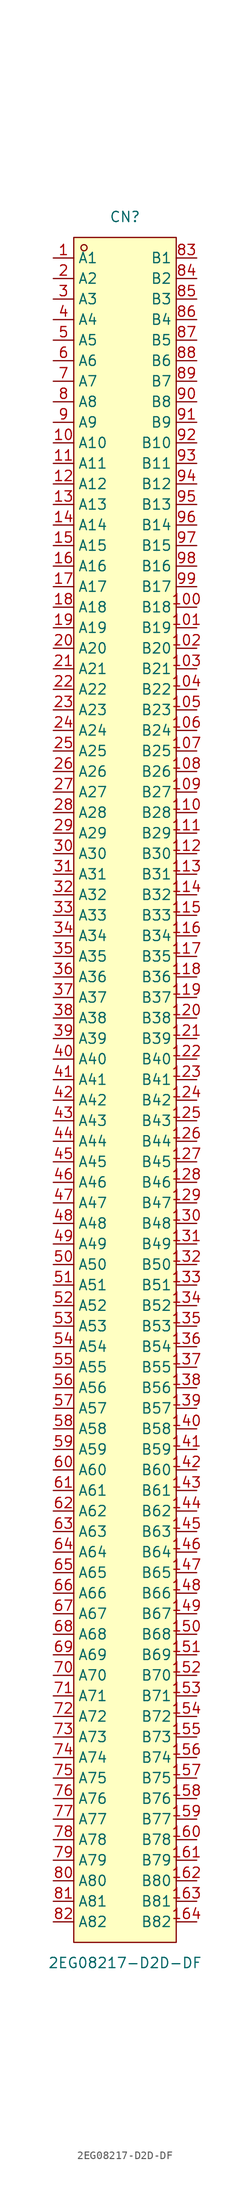
<source format=kicad_sym>
(kicad_symbol_lib
  (version 20211014)
  (generator https://github.com/uPesy/easyeda2kicad.py)
  (symbol "2EG08217-D2D-DF"
    (property "Reference" "CN"
      (at 0 107.95 0)
      (effects (font (size 1.27 1.27))))
    (property "Value" "2EG08217-D2D-DF"
      (at 0 -107.95 0)
      (effects (font (size 1.27 1.27))))
    (symbol "2EG08217-D2D-DF_0_1"
      (rectangle (start -6.35 105.41) (end 6.35 -105.41) (stroke (width 0) (type default) (color 0 0 0 0)) (fill (type background)))
      (circle (center -5.08 104.14) (radius 0.38) (stroke (width 0) (type default) (color 0 0 0 0)) (fill (type none)))
      (pin unspecified line (at -8.89 102.87 0) (length 2.54) (name "A1" (effects (font (size 1.27 1.27)))) (number "1" (effects (font (size 1.27 1.27)))))
      (pin unspecified line (at -8.89 100.33 0) (length 2.54) (name "A2" (effects (font (size 1.27 1.27)))) (number "2" (effects (font (size 1.27 1.27)))))
      (pin unspecified line (at -8.89 97.79 0) (length 2.54) (name "A3" (effects (font (size 1.27 1.27)))) (number "3" (effects (font (size 1.27 1.27)))))
      (pin unspecified line (at -8.89 95.25 0) (length 2.54) (name "A4" (effects (font (size 1.27 1.27)))) (number "4" (effects (font (size 1.27 1.27)))))
      (pin unspecified line (at -8.89 92.71 0) (length 2.54) (name "A5" (effects (font (size 1.27 1.27)))) (number "5" (effects (font (size 1.27 1.27)))))
      (pin unspecified line (at -8.89 90.17 0) (length 2.54) (name "A6" (effects (font (size 1.27 1.27)))) (number "6" (effects (font (size 1.27 1.27)))))
      (pin unspecified line (at -8.89 87.63 0) (length 2.54) (name "A7" (effects (font (size 1.27 1.27)))) (number "7" (effects (font (size 1.27 1.27)))))
      (pin unspecified line (at -8.89 85.09 0) (length 2.54) (name "A8" (effects (font (size 1.27 1.27)))) (number "8" (effects (font (size 1.27 1.27)))))
      (pin unspecified line (at -8.89 82.55 0) (length 2.54) (name "A9" (effects (font (size 1.27 1.27)))) (number "9" (effects (font (size 1.27 1.27)))))
      (pin unspecified line (at -8.89 80.01 0) (length 2.54) (name "A10" (effects (font (size 1.27 1.27)))) (number "10" (effects (font (size 1.27 1.27)))))
      (pin unspecified line (at -8.89 77.47 0) (length 2.54) (name "A11" (effects (font (size 1.27 1.27)))) (number "11" (effects (font (size 1.27 1.27)))))
      (pin unspecified line (at -8.89 74.93 0) (length 2.54) (name "A12" (effects (font (size 1.27 1.27)))) (number "12" (effects (font (size 1.27 1.27)))))
      (pin unspecified line (at -8.89 72.39 0) (length 2.54) (name "A13" (effects (font (size 1.27 1.27)))) (number "13" (effects (font (size 1.27 1.27)))))
      (pin unspecified line (at -8.89 69.85 0) (length 2.54) (name "A14" (effects (font (size 1.27 1.27)))) (number "14" (effects (font (size 1.27 1.27)))))
      (pin unspecified line (at -8.89 67.31 0) (length 2.54) (name "A15" (effects (font (size 1.27 1.27)))) (number "15" (effects (font (size 1.27 1.27)))))
      (pin unspecified line (at -8.89 64.77 0) (length 2.54) (name "A16" (effects (font (size 1.27 1.27)))) (number "16" (effects (font (size 1.27 1.27)))))
      (pin unspecified line (at -8.89 62.23 0) (length 2.54) (name "A17" (effects (font (size 1.27 1.27)))) (number "17" (effects (font (size 1.27 1.27)))))
      (pin unspecified line (at -8.89 59.69 0) (length 2.54) (name "A18" (effects (font (size 1.27 1.27)))) (number "18" (effects (font (size 1.27 1.27)))))
      (pin unspecified line (at -8.89 57.15 0) (length 2.54) (name "A19" (effects (font (size 1.27 1.27)))) (number "19" (effects (font (size 1.27 1.27)))))
      (pin unspecified line (at -8.89 54.61 0) (length 2.54) (name "A20" (effects (font (size 1.27 1.27)))) (number "20" (effects (font (size 1.27 1.27)))))
      (pin unspecified line (at -8.89 52.07 0) (length 2.54) (name "A21" (effects (font (size 1.27 1.27)))) (number "21" (effects (font (size 1.27 1.27)))))
      (pin unspecified line (at -8.89 49.53 0) (length 2.54) (name "A22" (effects (font (size 1.27 1.27)))) (number "22" (effects (font (size 1.27 1.27)))))
      (pin unspecified line (at -8.89 46.99 0) (length 2.54) (name "A23" (effects (font (size 1.27 1.27)))) (number "23" (effects (font (size 1.27 1.27)))))
      (pin unspecified line (at -8.89 44.45 0) (length 2.54) (name "A24" (effects (font (size 1.27 1.27)))) (number "24" (effects (font (size 1.27 1.27)))))
      (pin unspecified line (at -8.89 41.91 0) (length 2.54) (name "A25" (effects (font (size 1.27 1.27)))) (number "25" (effects (font (size 1.27 1.27)))))
      (pin unspecified line (at -8.89 39.37 0) (length 2.54) (name "A26" (effects (font (size 1.27 1.27)))) (number "26" (effects (font (size 1.27 1.27)))))
      (pin unspecified line (at -8.89 36.83 0) (length 2.54) (name "A27" (effects (font (size 1.27 1.27)))) (number "27" (effects (font (size 1.27 1.27)))))
      (pin unspecified line (at -8.89 34.29 0) (length 2.54) (name "A28" (effects (font (size 1.27 1.27)))) (number "28" (effects (font (size 1.27 1.27)))))
      (pin unspecified line (at -8.89 31.75 0) (length 2.54) (name "A29" (effects (font (size 1.27 1.27)))) (number "29" (effects (font (size 1.27 1.27)))))
      (pin unspecified line (at -8.89 29.21 0) (length 2.54) (name "A30" (effects (font (size 1.27 1.27)))) (number "30" (effects (font (size 1.27 1.27)))))
      (pin unspecified line (at -8.89 26.67 0) (length 2.54) (name "A31" (effects (font (size 1.27 1.27)))) (number "31" (effects (font (size 1.27 1.27)))))
      (pin unspecified line (at -8.89 24.13 0) (length 2.54) (name "A32" (effects (font (size 1.27 1.27)))) (number "32" (effects (font (size 1.27 1.27)))))
      (pin unspecified line (at -8.89 21.59 0) (length 2.54) (name "A33" (effects (font (size 1.27 1.27)))) (number "33" (effects (font (size 1.27 1.27)))))
      (pin unspecified line (at -8.89 19.05 0) (length 2.54) (name "A34" (effects (font (size 1.27 1.27)))) (number "34" (effects (font (size 1.27 1.27)))))
      (pin unspecified line (at -8.89 16.51 0) (length 2.54) (name "A35" (effects (font (size 1.27 1.27)))) (number "35" (effects (font (size 1.27 1.27)))))
      (pin unspecified line (at -8.89 13.97 0) (length 2.54) (name "A36" (effects (font (size 1.27 1.27)))) (number "36" (effects (font (size 1.27 1.27)))))
      (pin unspecified line (at -8.89 11.43 0) (length 2.54) (name "A37" (effects (font (size 1.27 1.27)))) (number "37" (effects (font (size 1.27 1.27)))))
      (pin unspecified line (at -8.89 8.89 0) (length 2.54) (name "A38" (effects (font (size 1.27 1.27)))) (number "38" (effects (font (size 1.27 1.27)))))
      (pin unspecified line (at -8.89 6.35 0) (length 2.54) (name "A39" (effects (font (size 1.27 1.27)))) (number "39" (effects (font (size 1.27 1.27)))))
      (pin unspecified line (at -8.89 3.81 0) (length 2.54) (name "A40" (effects (font (size 1.27 1.27)))) (number "40" (effects (font (size 1.27 1.27)))))
      (pin unspecified line (at -8.89 1.27 0) (length 2.54) (name "A41" (effects (font (size 1.27 1.27)))) (number "41" (effects (font (size 1.27 1.27)))))
      (pin unspecified line (at -8.89 -1.27 0) (length 2.54) (name "A42" (effects (font (size 1.27 1.27)))) (number "42" (effects (font (size 1.27 1.27)))))
      (pin unspecified line (at -8.89 -3.81 0) (length 2.54) (name "A43" (effects (font (size 1.27 1.27)))) (number "43" (effects (font (size 1.27 1.27)))))
      (pin unspecified line (at -8.89 -6.35 0) (length 2.54) (name "A44" (effects (font (size 1.27 1.27)))) (number "44" (effects (font (size 1.27 1.27)))))
      (pin unspecified line (at -8.89 -8.89 0) (length 2.54) (name "A45" (effects (font (size 1.27 1.27)))) (number "45" (effects (font (size 1.27 1.27)))))
      (pin unspecified line (at -8.89 -11.43 0) (length 2.54) (name "A46" (effects (font (size 1.27 1.27)))) (number "46" (effects (font (size 1.27 1.27)))))
      (pin unspecified line (at -8.89 -13.97 0) (length 2.54) (name "A47" (effects (font (size 1.27 1.27)))) (number "47" (effects (font (size 1.27 1.27)))))
      (pin unspecified line (at -8.89 -16.51 0) (length 2.54) (name "A48" (effects (font (size 1.27 1.27)))) (number "48" (effects (font (size 1.27 1.27)))))
      (pin unspecified line (at -8.89 -19.05 0) (length 2.54) (name "A49" (effects (font (size 1.27 1.27)))) (number "49" (effects (font (size 1.27 1.27)))))
      (pin unspecified line (at -8.89 -21.59 0) (length 2.54) (name "A50" (effects (font (size 1.27 1.27)))) (number "50" (effects (font (size 1.27 1.27)))))
      (pin unspecified line (at -8.89 -24.13 0) (length 2.54) (name "A51" (effects (font (size 1.27 1.27)))) (number "51" (effects (font (size 1.27 1.27)))))
      (pin unspecified line (at -8.89 -26.67 0) (length 2.54) (name "A52" (effects (font (size 1.27 1.27)))) (number "52" (effects (font (size 1.27 1.27)))))
      (pin unspecified line (at -8.89 -29.21 0) (length 2.54) (name "A53" (effects (font (size 1.27 1.27)))) (number "53" (effects (font (size 1.27 1.27)))))
      (pin unspecified line (at -8.89 -31.75 0) (length 2.54) (name "A54" (effects (font (size 1.27 1.27)))) (number "54" (effects (font (size 1.27 1.27)))))
      (pin unspecified line (at -8.89 -34.29 0) (length 2.54) (name "A55" (effects (font (size 1.27 1.27)))) (number "55" (effects (font (size 1.27 1.27)))))
      (pin unspecified line (at -8.89 -36.83 0) (length 2.54) (name "A56" (effects (font (size 1.27 1.27)))) (number "56" (effects (font (size 1.27 1.27)))))
      (pin unspecified line (at -8.89 -39.37 0) (length 2.54) (name "A57" (effects (font (size 1.27 1.27)))) (number "57" (effects (font (size 1.27 1.27)))))
      (pin unspecified line (at -8.89 -41.91 0) (length 2.54) (name "A58" (effects (font (size 1.27 1.27)))) (number "58" (effects (font (size 1.27 1.27)))))
      (pin unspecified line (at -8.89 -44.45 0) (length 2.54) (name "A59" (effects (font (size 1.27 1.27)))) (number "59" (effects (font (size 1.27 1.27)))))
      (pin unspecified line (at -8.89 -46.99 0) (length 2.54) (name "A60" (effects (font (size 1.27 1.27)))) (number "60" (effects (font (size 1.27 1.27)))))
      (pin unspecified line (at -8.89 -49.53 0) (length 2.54) (name "A61" (effects (font (size 1.27 1.27)))) (number "61" (effects (font (size 1.27 1.27)))))
      (pin unspecified line (at -8.89 -52.07 0) (length 2.54) (name "A62" (effects (font (size 1.27 1.27)))) (number "62" (effects (font (size 1.27 1.27)))))
      (pin unspecified line (at -8.89 -54.61 0) (length 2.54) (name "A63" (effects (font (size 1.27 1.27)))) (number "63" (effects (font (size 1.27 1.27)))))
      (pin unspecified line (at -8.89 -57.15 0) (length 2.54) (name "A64" (effects (font (size 1.27 1.27)))) (number "64" (effects (font (size 1.27 1.27)))))
      (pin unspecified line (at -8.89 -59.69 0) (length 2.54) (name "A65" (effects (font (size 1.27 1.27)))) (number "65" (effects (font (size 1.27 1.27)))))
      (pin unspecified line (at -8.89 -62.23 0) (length 2.54) (name "A66" (effects (font (size 1.27 1.27)))) (number "66" (effects (font (size 1.27 1.27)))))
      (pin unspecified line (at -8.89 -64.77 0) (length 2.54) (name "A67" (effects (font (size 1.27 1.27)))) (number "67" (effects (font (size 1.27 1.27)))))
      (pin unspecified line (at -8.89 -67.31 0) (length 2.54) (name "A68" (effects (font (size 1.27 1.27)))) (number "68" (effects (font (size 1.27 1.27)))))
      (pin unspecified line (at -8.89 -69.85 0) (length 2.54) (name "A69" (effects (font (size 1.27 1.27)))) (number "69" (effects (font (size 1.27 1.27)))))
      (pin unspecified line (at -8.89 -72.39 0) (length 2.54) (name "A70" (effects (font (size 1.27 1.27)))) (number "70" (effects (font (size 1.27 1.27)))))
      (pin unspecified line (at -8.89 -74.93 0) (length 2.54) (name "A71" (effects (font (size 1.27 1.27)))) (number "71" (effects (font (size 1.27 1.27)))))
      (pin unspecified line (at -8.89 -77.47 0) (length 2.54) (name "A72" (effects (font (size 1.27 1.27)))) (number "72" (effects (font (size 1.27 1.27)))))
      (pin unspecified line (at -8.89 -80.01 0) (length 2.54) (name "A73" (effects (font (size 1.27 1.27)))) (number "73" (effects (font (size 1.27 1.27)))))
      (pin unspecified line (at -8.89 -82.55 0) (length 2.54) (name "A74" (effects (font (size 1.27 1.27)))) (number "74" (effects (font (size 1.27 1.27)))))
      (pin unspecified line (at -8.89 -85.09 0) (length 2.54) (name "A75" (effects (font (size 1.27 1.27)))) (number "75" (effects (font (size 1.27 1.27)))))
      (pin unspecified line (at -8.89 -87.63 0) (length 2.54) (name "A76" (effects (font (size 1.27 1.27)))) (number "76" (effects (font (size 1.27 1.27)))))
      (pin unspecified line (at -8.89 -90.17 0) (length 2.54) (name "A77" (effects (font (size 1.27 1.27)))) (number "77" (effects (font (size 1.27 1.27)))))
      (pin unspecified line (at -8.89 -92.71 0) (length 2.54) (name "A78" (effects (font (size 1.27 1.27)))) (number "78" (effects (font (size 1.27 1.27)))))
      (pin unspecified line (at -8.89 -95.25 0) (length 2.54) (name "A79" (effects (font (size 1.27 1.27)))) (number "79" (effects (font (size 1.27 1.27)))))
      (pin unspecified line (at -8.89 -97.79 0) (length 2.54) (name "A80" (effects (font (size 1.27 1.27)))) (number "80" (effects (font (size 1.27 1.27)))))
      (pin unspecified line (at -8.89 -100.33 0) (length 2.54) (name "A81" (effects (font (size 1.27 1.27)))) (number "81" (effects (font (size 1.27 1.27)))))
      (pin unspecified line (at -8.89 -102.87 0) (length 2.54) (name "A82" (effects (font (size 1.27 1.27)))) (number "82" (effects (font (size 1.27 1.27)))))
      (pin unspecified line (at 8.89 102.87 180) (length 2.54) (name "B1" (effects (font (size 1.27 1.27)))) (number "83" (effects (font (size 1.27 1.27)))))
      (pin unspecified line (at 8.89 100.33 180) (length 2.54) (name "B2" (effects (font (size 1.27 1.27)))) (number "84" (effects (font (size 1.27 1.27)))))
      (pin unspecified line (at 8.89 97.79 180) (length 2.54) (name "B3" (effects (font (size 1.27 1.27)))) (number "85" (effects (font (size 1.27 1.27)))))
      (pin unspecified line (at 8.89 95.25 180) (length 2.54) (name "B4" (effects (font (size 1.27 1.27)))) (number "86" (effects (font (size 1.27 1.27)))))
      (pin unspecified line (at 8.89 92.71 180) (length 2.54) (name "B5" (effects (font (size 1.27 1.27)))) (number "87" (effects (font (size 1.27 1.27)))))
      (pin unspecified line (at 8.89 90.17 180) (length 2.54) (name "B6" (effects (font (size 1.27 1.27)))) (number "88" (effects (font (size 1.27 1.27)))))
      (pin unspecified line (at 8.89 87.63 180) (length 2.54) (name "B7" (effects (font (size 1.27 1.27)))) (number "89" (effects (font (size 1.27 1.27)))))
      (pin unspecified line (at 8.89 85.09 180) (length 2.54) (name "B8" (effects (font (size 1.27 1.27)))) (number "90" (effects (font (size 1.27 1.27)))))
      (pin unspecified line (at 8.89 82.55 180) (length 2.54) (name "B9" (effects (font (size 1.27 1.27)))) (number "91" (effects (font (size 1.27 1.27)))))
      (pin unspecified line (at 8.89 80.01 180) (length 2.54) (name "B10" (effects (font (size 1.27 1.27)))) (number "92" (effects (font (size 1.27 1.27)))))
      (pin unspecified line (at 8.89 77.47 180) (length 2.54) (name "B11" (effects (font (size 1.27 1.27)))) (number "93" (effects (font (size 1.27 1.27)))))
      (pin unspecified line (at 8.89 74.93 180) (length 2.54) (name "B12" (effects (font (size 1.27 1.27)))) (number "94" (effects (font (size 1.27 1.27)))))
      (pin unspecified line (at 8.89 72.39 180) (length 2.54) (name "B13" (effects (font (size 1.27 1.27)))) (number "95" (effects (font (size 1.27 1.27)))))
      (pin unspecified line (at 8.89 69.85 180) (length 2.54) (name "B14" (effects (font (size 1.27 1.27)))) (number "96" (effects (font (size 1.27 1.27)))))
      (pin unspecified line (at 8.89 67.31 180) (length 2.54) (name "B15" (effects (font (size 1.27 1.27)))) (number "97" (effects (font (size 1.27 1.27)))))
      (pin unspecified line (at 8.89 64.77 180) (length 2.54) (name "B16" (effects (font (size 1.27 1.27)))) (number "98" (effects (font (size 1.27 1.27)))))
      (pin unspecified line (at 8.89 62.23 180) (length 2.54) (name "B17" (effects (font (size 1.27 1.27)))) (number "99" (effects (font (size 1.27 1.27)))))
      (pin unspecified line (at 8.89 59.69 180) (length 2.54) (name "B18" (effects (font (size 1.27 1.27)))) (number "100" (effects (font (size 1.27 1.27)))))
      (pin unspecified line (at 8.89 57.15 180) (length 2.54) (name "B19" (effects (font (size 1.27 1.27)))) (number "101" (effects (font (size 1.27 1.27)))))
      (pin unspecified line (at 8.89 54.61 180) (length 2.54) (name "B20" (effects (font (size 1.27 1.27)))) (number "102" (effects (font (size 1.27 1.27)))))
      (pin unspecified line (at 8.89 52.07 180) (length 2.54) (name "B21" (effects (font (size 1.27 1.27)))) (number "103" (effects (font (size 1.27 1.27)))))
      (pin unspecified line (at 8.89 49.53 180) (length 2.54) (name "B22" (effects (font (size 1.27 1.27)))) (number "104" (effects (font (size 1.27 1.27)))))
      (pin unspecified line (at 8.89 46.99 180) (length 2.54) (name "B23" (effects (font (size 1.27 1.27)))) (number "105" (effects (font (size 1.27 1.27)))))
      (pin unspecified line (at 8.89 44.45 180) (length 2.54) (name "B24" (effects (font (size 1.27 1.27)))) (number "106" (effects (font (size 1.27 1.27)))))
      (pin unspecified line (at 8.89 41.91 180) (length 2.54) (name "B25" (effects (font (size 1.27 1.27)))) (number "107" (effects (font (size 1.27 1.27)))))
      (pin unspecified line (at 8.89 39.37 180) (length 2.54) (name "B26" (effects (font (size 1.27 1.27)))) (number "108" (effects (font (size 1.27 1.27)))))
      (pin unspecified line (at 8.89 36.83 180) (length 2.54) (name "B27" (effects (font (size 1.27 1.27)))) (number "109" (effects (font (size 1.27 1.27)))))
      (pin unspecified line (at 8.89 34.29 180) (length 2.54) (name "B28" (effects (font (size 1.27 1.27)))) (number "110" (effects (font (size 1.27 1.27)))))
      (pin unspecified line (at 8.89 31.75 180) (length 2.54) (name "B29" (effects (font (size 1.27 1.27)))) (number "111" (effects (font (size 1.27 1.27)))))
      (pin unspecified line (at 8.89 29.21 180) (length 2.54) (name "B30" (effects (font (size 1.27 1.27)))) (number "112" (effects (font (size 1.27 1.27)))))
      (pin unspecified line (at 8.89 26.67 180) (length 2.54) (name "B31" (effects (font (size 1.27 1.27)))) (number "113" (effects (font (size 1.27 1.27)))))
      (pin unspecified line (at 8.89 24.13 180) (length 2.54) (name "B32" (effects (font (size 1.27 1.27)))) (number "114" (effects (font (size 1.27 1.27)))))
      (pin unspecified line (at 8.89 21.59 180) (length 2.54) (name "B33" (effects (font (size 1.27 1.27)))) (number "115" (effects (font (size 1.27 1.27)))))
      (pin unspecified line (at 8.89 19.05 180) (length 2.54) (name "B34" (effects (font (size 1.27 1.27)))) (number "116" (effects (font (size 1.27 1.27)))))
      (pin unspecified line (at 8.89 16.51 180) (length 2.54) (name "B35" (effects (font (size 1.27 1.27)))) (number "117" (effects (font (size 1.27 1.27)))))
      (pin unspecified line (at 8.89 13.97 180) (length 2.54) (name "B36" (effects (font (size 1.27 1.27)))) (number "118" (effects (font (size 1.27 1.27)))))
      (pin unspecified line (at 8.89 11.43 180) (length 2.54) (name "B37" (effects (font (size 1.27 1.27)))) (number "119" (effects (font (size 1.27 1.27)))))
      (pin unspecified line (at 8.89 8.89 180) (length 2.54) (name "B38" (effects (font (size 1.27 1.27)))) (number "120" (effects (font (size 1.27 1.27)))))
      (pin unspecified line (at 8.89 6.35 180) (length 2.54) (name "B39" (effects (font (size 1.27 1.27)))) (number "121" (effects (font (size 1.27 1.27)))))
      (pin unspecified line (at 8.89 3.81 180) (length 2.54) (name "B40" (effects (font (size 1.27 1.27)))) (number "122" (effects (font (size 1.27 1.27)))))
      (pin unspecified line (at 8.89 1.27 180) (length 2.54) (name "B41" (effects (font (size 1.27 1.27)))) (number "123" (effects (font (size 1.27 1.27)))))
      (pin unspecified line (at 8.89 -1.27 180) (length 2.54) (name "B42" (effects (font (size 1.27 1.27)))) (number "124" (effects (font (size 1.27 1.27)))))
      (pin unspecified line (at 8.89 -3.81 180) (length 2.54) (name "B43" (effects (font (size 1.27 1.27)))) (number "125" (effects (font (size 1.27 1.27)))))
      (pin unspecified line (at 8.89 -6.35 180) (length 2.54) (name "B44" (effects (font (size 1.27 1.27)))) (number "126" (effects (font (size 1.27 1.27)))))
      (pin unspecified line (at 8.89 -8.89 180) (length 2.54) (name "B45" (effects (font (size 1.27 1.27)))) (number "127" (effects (font (size 1.27 1.27)))))
      (pin unspecified line (at 8.89 -11.43 180) (length 2.54) (name "B46" (effects (font (size 1.27 1.27)))) (number "128" (effects (font (size 1.27 1.27)))))
      (pin unspecified line (at 8.89 -13.97 180) (length 2.54) (name "B47" (effects (font (size 1.27 1.27)))) (number "129" (effects (font (size 1.27 1.27)))))
      (pin unspecified line (at 8.89 -16.51 180) (length 2.54) (name "B48" (effects (font (size 1.27 1.27)))) (number "130" (effects (font (size 1.27 1.27)))))
      (pin unspecified line (at 8.89 -19.05 180) (length 2.54) (name "B49" (effects (font (size 1.27 1.27)))) (number "131" (effects (font (size 1.27 1.27)))))
      (pin unspecified line (at 8.89 -21.59 180) (length 2.54) (name "B50" (effects (font (size 1.27 1.27)))) (number "132" (effects (font (size 1.27 1.27)))))
      (pin unspecified line (at 8.89 -24.13 180) (length 2.54) (name "B51" (effects (font (size 1.27 1.27)))) (number "133" (effects (font (size 1.27 1.27)))))
      (pin unspecified line (at 8.89 -26.67 180) (length 2.54) (name "B52" (effects (font (size 1.27 1.27)))) (number "134" (effects (font (size 1.27 1.27)))))
      (pin unspecified line (at 8.89 -29.21 180) (length 2.54) (name "B53" (effects (font (size 1.27 1.27)))) (number "135" (effects (font (size 1.27 1.27)))))
      (pin unspecified line (at 8.89 -31.75 180) (length 2.54) (name "B54" (effects (font (size 1.27 1.27)))) (number "136" (effects (font (size 1.27 1.27)))))
      (pin unspecified line (at 8.89 -34.29 180) (length 2.54) (name "B55" (effects (font (size 1.27 1.27)))) (number "137" (effects (font (size 1.27 1.27)))))
      (pin unspecified line (at 8.89 -36.83 180) (length 2.54) (name "B56" (effects (font (size 1.27 1.27)))) (number "138" (effects (font (size 1.27 1.27)))))
      (pin unspecified line (at 8.89 -39.37 180) (length 2.54) (name "B57" (effects (font (size 1.27 1.27)))) (number "139" (effects (font (size 1.27 1.27)))))
      (pin unspecified line (at 8.89 -41.91 180) (length 2.54) (name "B58" (effects (font (size 1.27 1.27)))) (number "140" (effects (font (size 1.27 1.27)))))
      (pin unspecified line (at 8.89 -44.45 180) (length 2.54) (name "B59" (effects (font (size 1.27 1.27)))) (number "141" (effects (font (size 1.27 1.27)))))
      (pin unspecified line (at 8.89 -46.99 180) (length 2.54) (name "B60" (effects (font (size 1.27 1.27)))) (number "142" (effects (font (size 1.27 1.27)))))
      (pin unspecified line (at 8.89 -49.53 180) (length 2.54) (name "B61" (effects (font (size 1.27 1.27)))) (number "143" (effects (font (size 1.27 1.27)))))
      (pin unspecified line (at 8.89 -52.07 180) (length 2.54) (name "B62" (effects (font (size 1.27 1.27)))) (number "144" (effects (font (size 1.27 1.27)))))
      (pin unspecified line (at 8.89 -54.61 180) (length 2.54) (name "B63" (effects (font (size 1.27 1.27)))) (number "145" (effects (font (size 1.27 1.27)))))
      (pin unspecified line (at 8.89 -57.15 180) (length 2.54) (name "B64" (effects (font (size 1.27 1.27)))) (number "146" (effects (font (size 1.27 1.27)))))
      (pin unspecified line (at 8.89 -59.69 180) (length 2.54) (name "B65" (effects (font (size 1.27 1.27)))) (number "147" (effects (font (size 1.27 1.27)))))
      (pin unspecified line (at 8.89 -62.23 180) (length 2.54) (name "B66" (effects (font (size 1.27 1.27)))) (number "148" (effects (font (size 1.27 1.27)))))
      (pin unspecified line (at 8.89 -64.77 180) (length 2.54) (name "B67" (effects (font (size 1.27 1.27)))) (number "149" (effects (font (size 1.27 1.27)))))
      (pin unspecified line (at 8.89 -67.31 180) (length 2.54) (name "B68" (effects (font (size 1.27 1.27)))) (number "150" (effects (font (size 1.27 1.27)))))
      (pin unspecified line (at 8.89 -69.85 180) (length 2.54) (name "B69" (effects (font (size 1.27 1.27)))) (number "151" (effects (font (size 1.27 1.27)))))
      (pin unspecified line (at 8.89 -72.39 180) (length 2.54) (name "B70" (effects (font (size 1.27 1.27)))) (number "152" (effects (font (size 1.27 1.27)))))
      (pin unspecified line (at 8.89 -74.93 180) (length 2.54) (name "B71" (effects (font (size 1.27 1.27)))) (number "153" (effects (font (size 1.27 1.27)))))
      (pin unspecified line (at 8.89 -77.47 180) (length 2.54) (name "B72" (effects (font (size 1.27 1.27)))) (number "154" (effects (font (size 1.27 1.27)))))
      (pin unspecified line (at 8.89 -80.01 180) (length 2.54) (name "B73" (effects (font (size 1.27 1.27)))) (number "155" (effects (font (size 1.27 1.27)))))
      (pin unspecified line (at 8.89 -82.55 180) (length 2.54) (name "B74" (effects (font (size 1.27 1.27)))) (number "156" (effects (font (size 1.27 1.27)))))
      (pin unspecified line (at 8.89 -85.09 180) (length 2.54) (name "B75" (effects (font (size 1.27 1.27)))) (number "157" (effects (font (size 1.27 1.27)))))
      (pin unspecified line (at 8.89 -87.63 180) (length 2.54) (name "B76" (effects (font (size 1.27 1.27)))) (number "158" (effects (font (size 1.27 1.27)))))
      (pin unspecified line (at 8.89 -90.17 180) (length 2.54) (name "B77" (effects (font (size 1.27 1.27)))) (number "159" (effects (font (size 1.27 1.27)))))
      (pin unspecified line (at 8.89 -92.71 180) (length 2.54) (name "B78" (effects (font (size 1.27 1.27)))) (number "160" (effects (font (size 1.27 1.27)))))
      (pin unspecified line (at 8.89 -95.25 180) (length 2.54) (name "B79" (effects (font (size 1.27 1.27)))) (number "161" (effects (font (size 1.27 1.27)))))
      (pin unspecified line (at 8.89 -97.79 180) (length 2.54) (name "B80" (effects (font (size 1.27 1.27)))) (number "162" (effects (font (size 1.27 1.27)))))
      (pin unspecified line (at 8.89 -100.33 180) (length 2.54) (name "B81" (effects (font (size 1.27 1.27)))) (number "163" (effects (font (size 1.27 1.27)))))
      (pin unspecified line (at 8.89 -102.87 180) (length 2.54) (name "B82" (effects (font (size 1.27 1.27)))) (number "164" (effects (font (size 1.27 1.27))))))))
</source>
